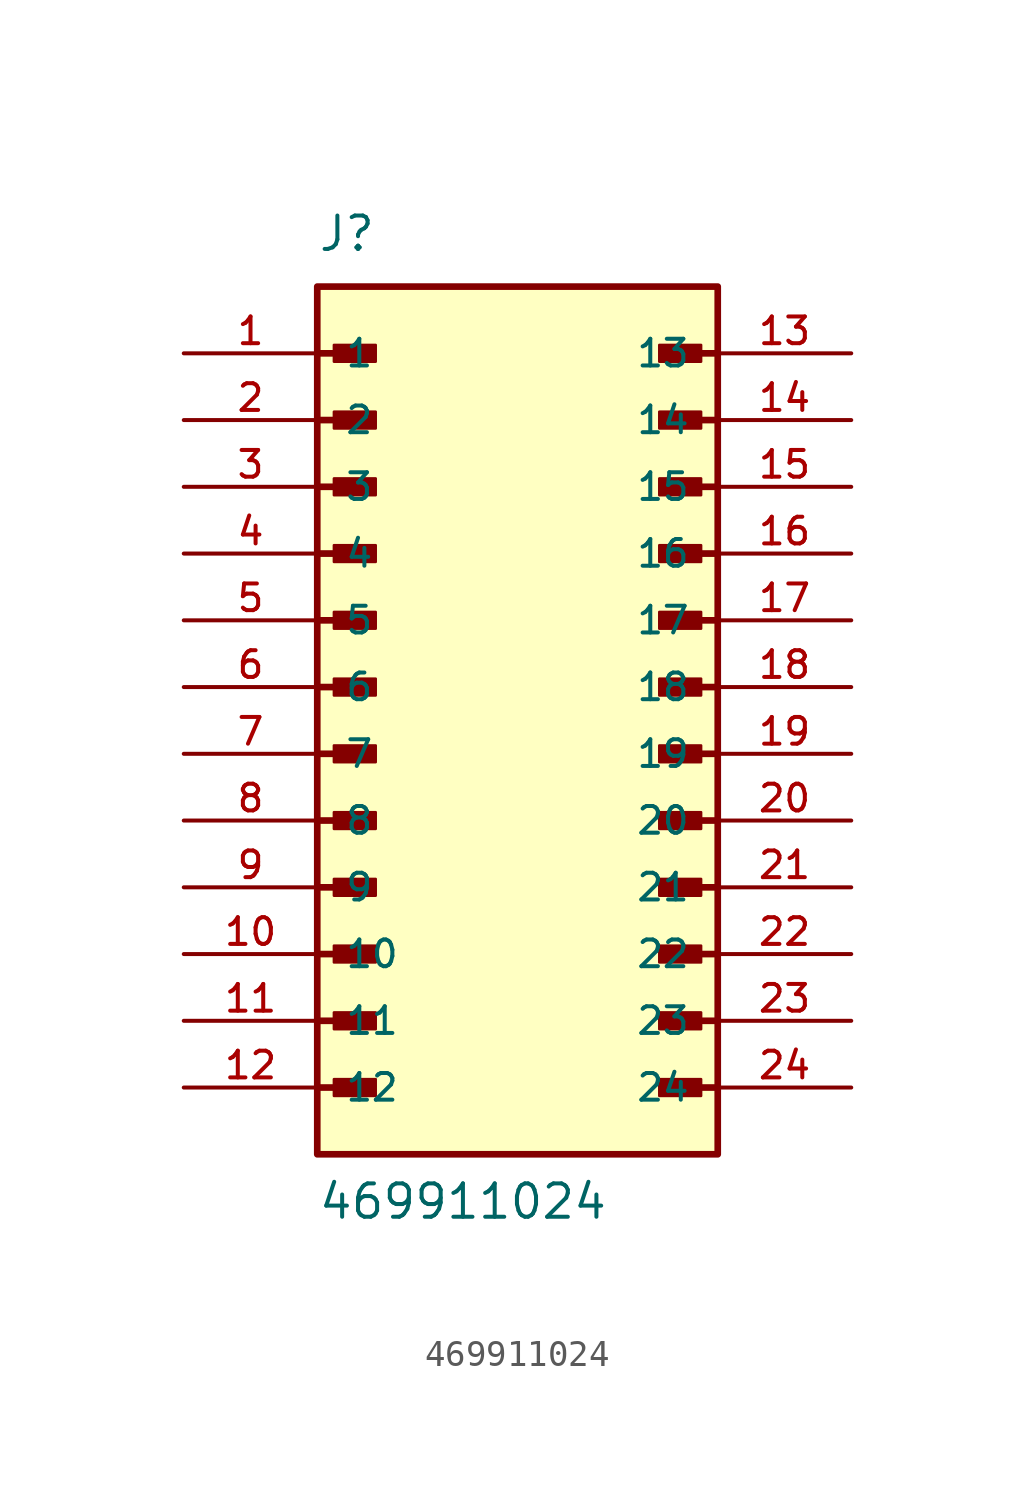
<source format=kicad_sym>
(kicad_symbol_lib
  (version 20211014)
  (generator kicad_symbol_editor)
  (symbol "469911024"
    (pin_names
      (offset 1.016))
    (property "Reference" "J"
      (at -7.62 16.51 0)
      (effects (font (size 1.27 1.27)) (justify bottom left)))
    (property "Value" "469911024"
      (at -7.62 -20.32 0)
      (effects (font (size 1.27 1.27)) (justify bottom left)))
    (symbol "469911024_0_0"
      (polyline (pts (xy -7.62 12.7) (xy -5.715 12.7)) (stroke (width 0.254)))
      (rectangle (start -6.985 12.383) (end -5.397 13.018) (stroke (width 0.1)) (fill (type outline)))
      (polyline (pts (xy -7.62 10.16) (xy -5.715 10.16)) (stroke (width 0.254)))
      (rectangle (start -6.985 9.842) (end -5.397 10.477) (stroke (width 0.1)) (fill (type outline)))
      (polyline (pts (xy -7.62 7.62) (xy -5.715 7.62)) (stroke (width 0.254)))
      (rectangle (start -6.985 7.303) (end -5.397 7.938) (stroke (width 0.1)) (fill (type outline)))
      (polyline (pts (xy -7.62 5.08) (xy -5.715 5.08)) (stroke (width 0.254)))
      (rectangle (start -6.985 4.763) (end -5.397 5.397) (stroke (width 0.1)) (fill (type outline)))
      (polyline (pts (xy -7.62 2.54) (xy -5.715 2.54)) (stroke (width 0.254)))
      (rectangle (start -6.985 2.223) (end -5.397 2.857) (stroke (width 0.1)) (fill (type outline)))
      (polyline (pts (xy -7.62 0.0) (xy -5.715 0.0)) (stroke (width 0.254)))
      (rectangle (start -6.985 -0.318) (end -5.397 0.318) (stroke (width 0.1)) (fill (type outline)))
      (polyline (pts (xy -7.62 -2.54) (xy -5.715 -2.54)) (stroke (width 0.254)))
      (rectangle (start -6.985 -2.857) (end -5.397 -2.223) (stroke (width 0.1)) (fill (type outline)))
      (polyline (pts (xy -7.62 -5.08) (xy -5.715 -5.08)) (stroke (width 0.254)))
      (rectangle (start -6.985 -5.397) (end -5.397 -4.763) (stroke (width 0.1)) (fill (type outline)))
      (polyline (pts (xy -7.62 -7.62) (xy -5.715 -7.62)) (stroke (width 0.254)))
      (rectangle (start -6.985 -7.938) (end -5.397 -7.303) (stroke (width 0.1)) (fill (type outline)))
      (polyline (pts (xy -7.62 -10.16) (xy -5.715 -10.16)) (stroke (width 0.254)))
      (rectangle (start -6.985 -10.477) (end -5.397 -9.842) (stroke (width 0.1)) (fill (type outline)))
      (polyline (pts (xy 7.62 -10.16) (xy 5.715 -10.16)) (stroke (width 0.254)))
      (rectangle (start 5.397 -10.477) (end 6.985 -9.842) (stroke (width 0.1)) (fill (type outline)))
      (polyline (pts (xy 7.62 -7.62) (xy 5.715 -7.62)) (stroke (width 0.254)))
      (rectangle (start 5.397 -7.938) (end 6.985 -7.303) (stroke (width 0.1)) (fill (type outline)))
      (polyline (pts (xy 7.62 -5.08) (xy 5.715 -5.08)) (stroke (width 0.254)))
      (rectangle (start 5.397 -5.397) (end 6.985 -4.763) (stroke (width 0.1)) (fill (type outline)))
      (polyline (pts (xy 7.62 -2.54) (xy 5.715 -2.54)) (stroke (width 0.254)))
      (rectangle (start 5.397 -2.857) (end 6.985 -2.223) (stroke (width 0.1)) (fill (type outline)))
      (polyline (pts (xy 7.62 0.0) (xy 5.715 0.0)) (stroke (width 0.254)))
      (rectangle (start 5.397 -0.318) (end 6.985 0.318) (stroke (width 0.1)) (fill (type outline)))
      (polyline (pts (xy 7.62 2.54) (xy 5.715 2.54)) (stroke (width 0.254)))
      (rectangle (start 5.397 2.223) (end 6.985 2.857) (stroke (width 0.1)) (fill (type outline)))
      (polyline (pts (xy 7.62 5.08) (xy 5.715 5.08)) (stroke (width 0.254)))
      (rectangle (start 5.397 4.763) (end 6.985 5.397) (stroke (width 0.1)) (fill (type outline)))
      (polyline (pts (xy 7.62 7.62) (xy 5.715 7.62)) (stroke (width 0.254)))
      (rectangle (start 5.397 7.303) (end 6.985 7.938) (stroke (width 0.1)) (fill (type outline)))
      (polyline (pts (xy 7.62 10.16) (xy 5.715 10.16)) (stroke (width 0.254)))
      (rectangle (start 5.397 9.842) (end 6.985 10.477) (stroke (width 0.1)) (fill (type outline)))
      (polyline (pts (xy 7.62 12.7) (xy 5.715 12.7)) (stroke (width 0.254)))
      (rectangle (start 5.397 12.383) (end 6.985 13.018) (stroke (width 0.1)) (fill (type outline)))
      (polyline (pts (xy -7.62 -12.7) (xy -5.715 -12.7)) (stroke (width 0.254)))
      (rectangle (start -6.985 -13.018) (end -5.397 -12.383) (stroke (width 0.1)) (fill (type outline)))
      (polyline (pts (xy -7.62 -15.24) (xy -5.715 -15.24)) (stroke (width 0.254)))
      (rectangle (start -6.985 -15.557) (end -5.397 -14.922) (stroke (width 0.1)) (fill (type outline)))
      (polyline (pts (xy 7.62 -15.24) (xy 5.715 -15.24)) (stroke (width 0.254)))
      (rectangle (start 5.397 -15.557) (end 6.985 -14.922) (stroke (width 0.1)) (fill (type outline)))
      (polyline (pts (xy 7.62 -12.7) (xy 5.715 -12.7)) (stroke (width 0.254)))
      (rectangle (start 5.397 -13.018) (end 6.985 -12.383) (stroke (width 0.1)) (fill (type outline)))
      (rectangle (start -7.62 -17.78) (end 7.62 15.24) (stroke (width 0.254)) (fill (type background)))
      (pin passive line (at -12.7 12.7 0) (length 5.08) (name "1" (effects (font (size 1.016 1.016)))) (number "1" (effects (font (size 1.016 1.016)))))
      (pin passive line (at -12.7 10.16 0) (length 5.08) (name "2" (effects (font (size 1.016 1.016)))) (number "2" (effects (font (size 1.016 1.016)))))
      (pin passive line (at -12.7 7.62 0) (length 5.08) (name "3" (effects (font (size 1.016 1.016)))) (number "3" (effects (font (size 1.016 1.016)))))
      (pin passive line (at -12.7 5.08 0) (length 5.08) (name "4" (effects (font (size 1.016 1.016)))) (number "4" (effects (font (size 1.016 1.016)))))
      (pin passive line (at -12.7 2.54 0) (length 5.08) (name "5" (effects (font (size 1.016 1.016)))) (number "5" (effects (font (size 1.016 1.016)))))
      (pin passive line (at -12.7 0.0 0) (length 5.08) (name "6" (effects (font (size 1.016 1.016)))) (number "6" (effects (font (size 1.016 1.016)))))
      (pin passive line (at -12.7 -2.54 0) (length 5.08) (name "7" (effects (font (size 1.016 1.016)))) (number "7" (effects (font (size 1.016 1.016)))))
      (pin passive line (at -12.7 -5.08 0) (length 5.08) (name "8" (effects (font (size 1.016 1.016)))) (number "8" (effects (font (size 1.016 1.016)))))
      (pin passive line (at -12.7 -7.62 0) (length 5.08) (name "9" (effects (font (size 1.016 1.016)))) (number "9" (effects (font (size 1.016 1.016)))))
      (pin passive line (at -12.7 -10.16 0) (length 5.08) (name "10" (effects (font (size 1.016 1.016)))) (number "10" (effects (font (size 1.016 1.016)))))
      (pin passive line (at -12.7 -12.7 0) (length 5.08) (name "11" (effects (font (size 1.016 1.016)))) (number "11" (effects (font (size 1.016 1.016)))))
      (pin passive line (at -12.7 -15.24 0) (length 5.08) (name "12" (effects (font (size 1.016 1.016)))) (number "12" (effects (font (size 1.016 1.016)))))
      (pin passive line (at 12.7 12.7 180.0) (length 5.08) (name "13" (effects (font (size 1.016 1.016)))) (number "13" (effects (font (size 1.016 1.016)))))
      (pin passive line (at 12.7 10.16 180.0) (length 5.08) (name "14" (effects (font (size 1.016 1.016)))) (number "14" (effects (font (size 1.016 1.016)))))
      (pin passive line (at 12.7 7.62 180.0) (length 5.08) (name "15" (effects (font (size 1.016 1.016)))) (number "15" (effects (font (size 1.016 1.016)))))
      (pin passive line (at 12.7 5.08 180.0) (length 5.08) (name "16" (effects (font (size 1.016 1.016)))) (number "16" (effects (font (size 1.016 1.016)))))
      (pin passive line (at 12.7 2.54 180.0) (length 5.08) (name "17" (effects (font (size 1.016 1.016)))) (number "17" (effects (font (size 1.016 1.016)))))
      (pin passive line (at 12.7 0.0 180.0) (length 5.08) (name "18" (effects (font (size 1.016 1.016)))) (number "18" (effects (font (size 1.016 1.016)))))
      (pin passive line (at 12.7 -2.54 180.0) (length 5.08) (name "19" (effects (font (size 1.016 1.016)))) (number "19" (effects (font (size 1.016 1.016)))))
      (pin passive line (at 12.7 -5.08 180.0) (length 5.08) (name "20" (effects (font (size 1.016 1.016)))) (number "20" (effects (font (size 1.016 1.016)))))
      (pin passive line (at 12.7 -7.62 180.0) (length 5.08) (name "21" (effects (font (size 1.016 1.016)))) (number "21" (effects (font (size 1.016 1.016)))))
      (pin passive line (at 12.7 -10.16 180.0) (length 5.08) (name "22" (effects (font (size 1.016 1.016)))) (number "22" (effects (font (size 1.016 1.016)))))
      (pin passive line (at 12.7 -12.7 180.0) (length 5.08) (name "23" (effects (font (size 1.016 1.016)))) (number "23" (effects (font (size 1.016 1.016)))))
      (pin passive line (at 12.7 -15.24 180.0) (length 5.08) (name "24" (effects (font (size 1.016 1.016)))) (number "24" (effects (font (size 1.016 1.016))))))))
</source>
